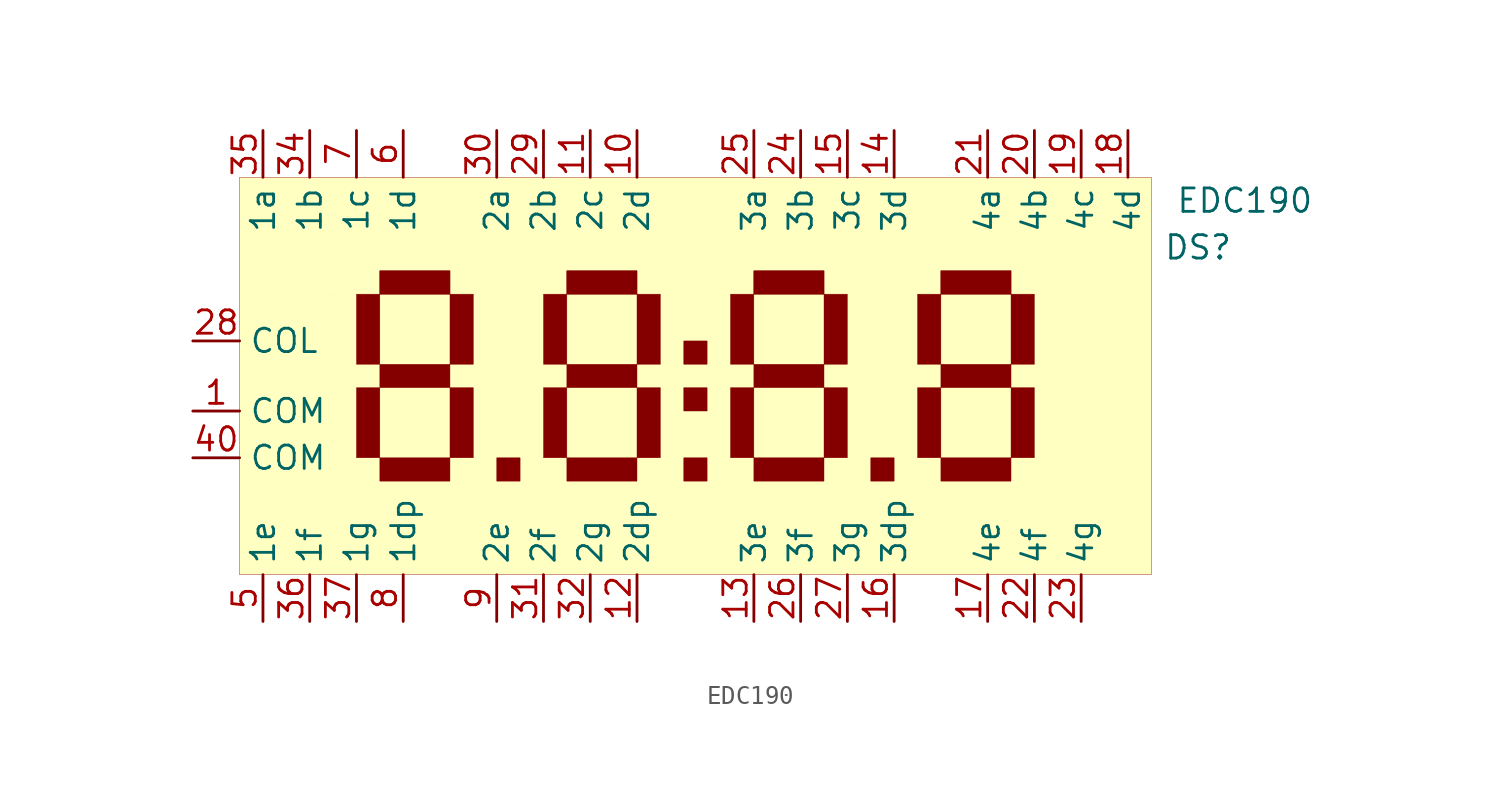
<source format=kicad_sym>
(kicad_symbol_lib
  (version 20200126)
  (host kicad_symbol_editor "(5.99.0-1879-g3bd4c0c5d)")
  (symbol "LCD:EDC190"
    (property "Reference" "DS"
      (at 35.56 8.89 0)
      (effects (font (size 1.27 1.27))))
    (property "Value" "EDC190"
      (at 38.1 11.43 0)
      (effects (font (size 1.27 1.27))))
    (symbol "EDC190_0_1"
      (rectangle (start -16.51 12.7) (end 33.02 -8.89) (stroke (width 0.001)) (fill (type background)))
      (rectangle (start -8.89 7.62) (end -5.08 6.35) (stroke (width 0.001)) (fill (type outline)))
      (rectangle (start -11.43 6.35) (end -11.43 6.35) (stroke (width 0.001)) (fill (type none)))
      (rectangle (start -8.89 7.62) (end -5.08 6.35) (stroke (width 0.001)) (fill (type none)))
      (rectangle (start -2.54 -2.54) (end -1.27 -3.81) (stroke (width 0.001)) (fill (type outline)))
      (rectangle (start -8.89 6.35) (end -10.16 2.54) (stroke (width 0.001)) (fill (type outline)))
      (rectangle (start -8.89 2.54) (end -5.08 1.27) (stroke (width 0.001)) (fill (type outline)))
      (rectangle (start -5.08 6.35) (end -3.81 2.54) (stroke (width 0.001)) (fill (type outline)))
      (rectangle (start -8.89 1.27) (end -10.16 -2.54) (stroke (width 0.001)) (fill (type outline)))
      (rectangle (start -8.89 -2.54) (end -5.08 -3.81) (stroke (width 0.001)) (fill (type outline)))
      (rectangle (start -5.08 -2.54) (end -3.81 1.27) (stroke (width 0.001)) (fill (type outline)))
      (rectangle (start 1.27 7.62) (end 5.08 6.35) (stroke (width 0.001)) (fill (type outline)))
      (rectangle (start 1.27 7.62) (end 5.08 6.35) (stroke (width 0.001)) (fill (type none)))
      (rectangle (start 7.62 -2.54) (end 8.89 -3.81) (stroke (width 0.001)) (fill (type outline)))
      (rectangle (start 1.27 6.35) (end 0 2.54) (stroke (width 0.001)) (fill (type outline)))
      (rectangle (start 1.27 2.54) (end 5.08 1.27) (stroke (width 0.001)) (fill (type outline)))
      (rectangle (start 5.08 6.35) (end 6.35 2.54) (stroke (width 0.001)) (fill (type outline)))
      (rectangle (start 1.27 1.27) (end 0 -2.54) (stroke (width 0.001)) (fill (type outline)))
      (rectangle (start 1.27 -2.54) (end 5.08 -3.81) (stroke (width 0.001)) (fill (type outline)))
      (rectangle (start 5.08 -2.54) (end 6.35 1.27) (stroke (width 0.001)) (fill (type outline)))
      (rectangle (start 11.43 7.62) (end 15.24 6.35) (stroke (width 0.001)) (fill (type outline)))
      (rectangle (start 11.43 7.62) (end 15.24 6.35) (stroke (width 0.001)) (fill (type none)))
      (rectangle (start 17.78 -2.54) (end 19.05 -3.81) (stroke (width 0.001)) (fill (type outline)))
      (rectangle (start 11.43 6.35) (end 10.16 2.54) (stroke (width 0.001)) (fill (type outline)))
      (rectangle (start 11.43 2.54) (end 15.24 1.27) (stroke (width 0.001)) (fill (type outline)))
      (rectangle (start 15.24 6.35) (end 16.51 2.54) (stroke (width 0.001)) (fill (type outline)))
      (rectangle (start 11.43 1.27) (end 10.16 -2.54) (stroke (width 0.001)) (fill (type outline)))
      (rectangle (start 11.43 -2.54) (end 15.24 -3.81) (stroke (width 0.001)) (fill (type outline)))
      (rectangle (start 15.24 -2.54) (end 16.51 1.27) (stroke (width 0.001)) (fill (type outline)))
      (rectangle (start 21.59 7.62) (end 25.4 6.35) (stroke (width 0.001)) (fill (type outline)))
      (rectangle (start 21.59 7.62) (end 25.4 6.35) (stroke (width 0.001)) (fill (type none)))
      (rectangle (start 21.59 6.35) (end 20.32 2.54) (stroke (width 0.001)) (fill (type outline)))
      (rectangle (start 21.59 2.54) (end 25.4 1.27) (stroke (width 0.001)) (fill (type outline)))
      (rectangle (start 25.4 6.35) (end 26.67 2.54) (stroke (width 0.001)) (fill (type outline)))
      (rectangle (start 21.59 1.27) (end 20.32 -2.54) (stroke (width 0.001)) (fill (type outline)))
      (rectangle (start 21.59 -2.54) (end 25.4 -3.81) (stroke (width 0.001)) (fill (type outline)))
      (rectangle (start 25.4 -2.54) (end 26.67 1.27) (stroke (width 0.001)) (fill (type outline)))
      (rectangle (start 7.62 1.27) (end 8.89 0) (stroke (width 0.001)) (fill (type outline)))
      (rectangle (start 7.62 3.81) (end 8.89 2.54) (stroke (width 0.001)) (fill (type outline))))
    (symbol "EDC190_1_1"
      (pin input line (at -15.24 15.24 270) (length 2.54) (name "1a" (effects (font (size 1.27 1.27)))) (number "35" (effects (font (size 1.27 1.27)))))
      (pin input line (at -12.7 15.24 270) (length 2.54) (name "1b" (effects (font (size 1.27 1.27)))) (number "34" (effects (font (size 1.27 1.27)))))
      (pin input line (at -10.16 15.24 270) (length 2.54) (name "1c" (effects (font (size 1.27 1.27)))) (number "7" (effects (font (size 1.27 1.27)))))
      (pin input line (at -7.62 15.24 270) (length 2.54) (name "1d" (effects (font (size 1.27 1.27)))) (number "6" (effects (font (size 1.27 1.27)))))
      (pin input line (at -15.24 -11.43 90) (length 2.54) (name "1e" (effects (font (size 1.27 1.27)))) (number "5" (effects (font (size 1.27 1.27)))))
      (pin input line (at -12.7 -11.43 90) (length 2.54) (name "1f" (effects (font (size 1.27 1.27)))) (number "36" (effects (font (size 1.27 1.27)))))
      (pin input line (at -10.16 -11.43 90) (length 2.54) (name "1g" (effects (font (size 1.27 1.27)))) (number "37" (effects (font (size 1.27 1.27)))))
      (pin input line (at -7.62 -11.43 90) (length 2.54) (name "1dp" (effects (font (size 1.27 1.27)))) (number "8" (effects (font (size 1.27 1.27)))))
      (pin input line (at -2.54 15.24 270) (length 2.54) (name "2a" (effects (font (size 1.27 1.27)))) (number "30" (effects (font (size 1.27 1.27)))))
      (pin input line (at 0 15.24 270) (length 2.54) (name "2b" (effects (font (size 1.27 1.27)))) (number "29" (effects (font (size 1.27 1.27)))))
      (pin input line (at 2.54 15.24 270) (length 2.54) (name "2c" (effects (font (size 1.27 1.27)))) (number "11" (effects (font (size 1.27 1.27)))))
      (pin input line (at 5.08 15.24 270) (length 2.54) (name "2d" (effects (font (size 1.27 1.27)))) (number "10" (effects (font (size 1.27 1.27)))))
      (pin input line (at -2.54 -11.43 90) (length 2.54) (name "2e" (effects (font (size 1.27 1.27)))) (number "9" (effects (font (size 1.27 1.27)))))
      (pin input line (at 0 -11.43 90) (length 2.54) (name "2f" (effects (font (size 1.27 1.27)))) (number "31" (effects (font (size 1.27 1.27)))))
      (pin input line (at 2.54 -11.43 90) (length 2.54) (name "2g" (effects (font (size 1.27 1.27)))) (number "32" (effects (font (size 1.27 1.27)))))
      (pin input line (at 5.08 -11.43 90) (length 2.54) (name "2dp" (effects (font (size 1.27 1.27)))) (number "12" (effects (font (size 1.27 1.27)))))
      (pin input line (at -19.05 3.81 0) (length 2.54) (name "COL" (effects (font (size 1.27 1.27)))) (number "28" (effects (font (size 1.27 1.27)))))
      (pin input line (at -19.05 0 0) (length 2.54) (name "COM" (effects (font (size 1.27 1.27)))) (number "1" (effects (font (size 1.27 1.27)))))
      (pin input line (at -19.05 -2.54 0) (length 2.54) (name "COM" (effects (font (size 1.27 1.27)))) (number "40" (effects (font (size 1.27 1.27)))))
      (pin input line (at 11.43 15.24 270) (length 2.54) (name "3a" (effects (font (size 1.27 1.27)))) (number "25" (effects (font (size 1.27 1.27)))))
      (pin input line (at 13.97 15.24 270) (length 2.54) (name "3b" (effects (font (size 1.27 1.27)))) (number "24" (effects (font (size 1.27 1.27)))))
      (pin input line (at 16.51 15.24 270) (length 2.54) (name "3c" (effects (font (size 1.27 1.27)))) (number "15" (effects (font (size 1.27 1.27)))))
      (pin input line (at 19.05 15.24 270) (length 2.54) (name "3d" (effects (font (size 1.27 1.27)))) (number "14" (effects (font (size 1.27 1.27)))))
      (pin input line (at 24.13 15.24 270) (length 2.54) (name "4a" (effects (font (size 1.27 1.27)))) (number "21" (effects (font (size 1.27 1.27)))))
      (pin input line (at 26.67 15.24 270) (length 2.54) (name "4b" (effects (font (size 1.27 1.27)))) (number "20" (effects (font (size 1.27 1.27)))))
      (pin input line (at 29.21 15.24 270) (length 2.54) (name "4c" (effects (font (size 1.27 1.27)))) (number "19" (effects (font (size 1.27 1.27)))))
      (pin input line (at 31.75 15.24 270) (length 2.54) (name "4d" (effects (font (size 1.27 1.27)))) (number "18" (effects (font (size 1.27 1.27)))))
      (pin input line (at 11.43 -11.43 90) (length 2.54) (name "3e" (effects (font (size 1.27 1.27)))) (number "13" (effects (font (size 1.27 1.27)))))
      (pin input line (at 13.97 -11.43 90) (length 2.54) (name "3f" (effects (font (size 1.27 1.27)))) (number "26" (effects (font (size 1.27 1.27)))))
      (pin input line (at 16.51 -11.43 90) (length 2.54) (name "3g" (effects (font (size 1.27 1.27)))) (number "27" (effects (font (size 1.27 1.27)))))
      (pin input line (at 19.05 -11.43 90) (length 2.54) (name "3dp" (effects (font (size 1.27 1.27)))) (number "16" (effects (font (size 1.27 1.27)))))
      (pin input line (at 24.13 -11.43 90) (length 2.54) (name "4e" (effects (font (size 1.27 1.27)))) (number "17" (effects (font (size 1.27 1.27)))))
      (pin input line (at 26.67 -11.43 90) (length 2.54) (name "4f" (effects (font (size 1.27 1.27)))) (number "22" (effects (font (size 1.27 1.27)))))
      (pin input line (at 29.21 -11.43 90) (length 2.54) (name "4g" (effects (font (size 1.27 1.27)))) (number "23" (effects (font (size 1.27 1.27))))))))
</source>
